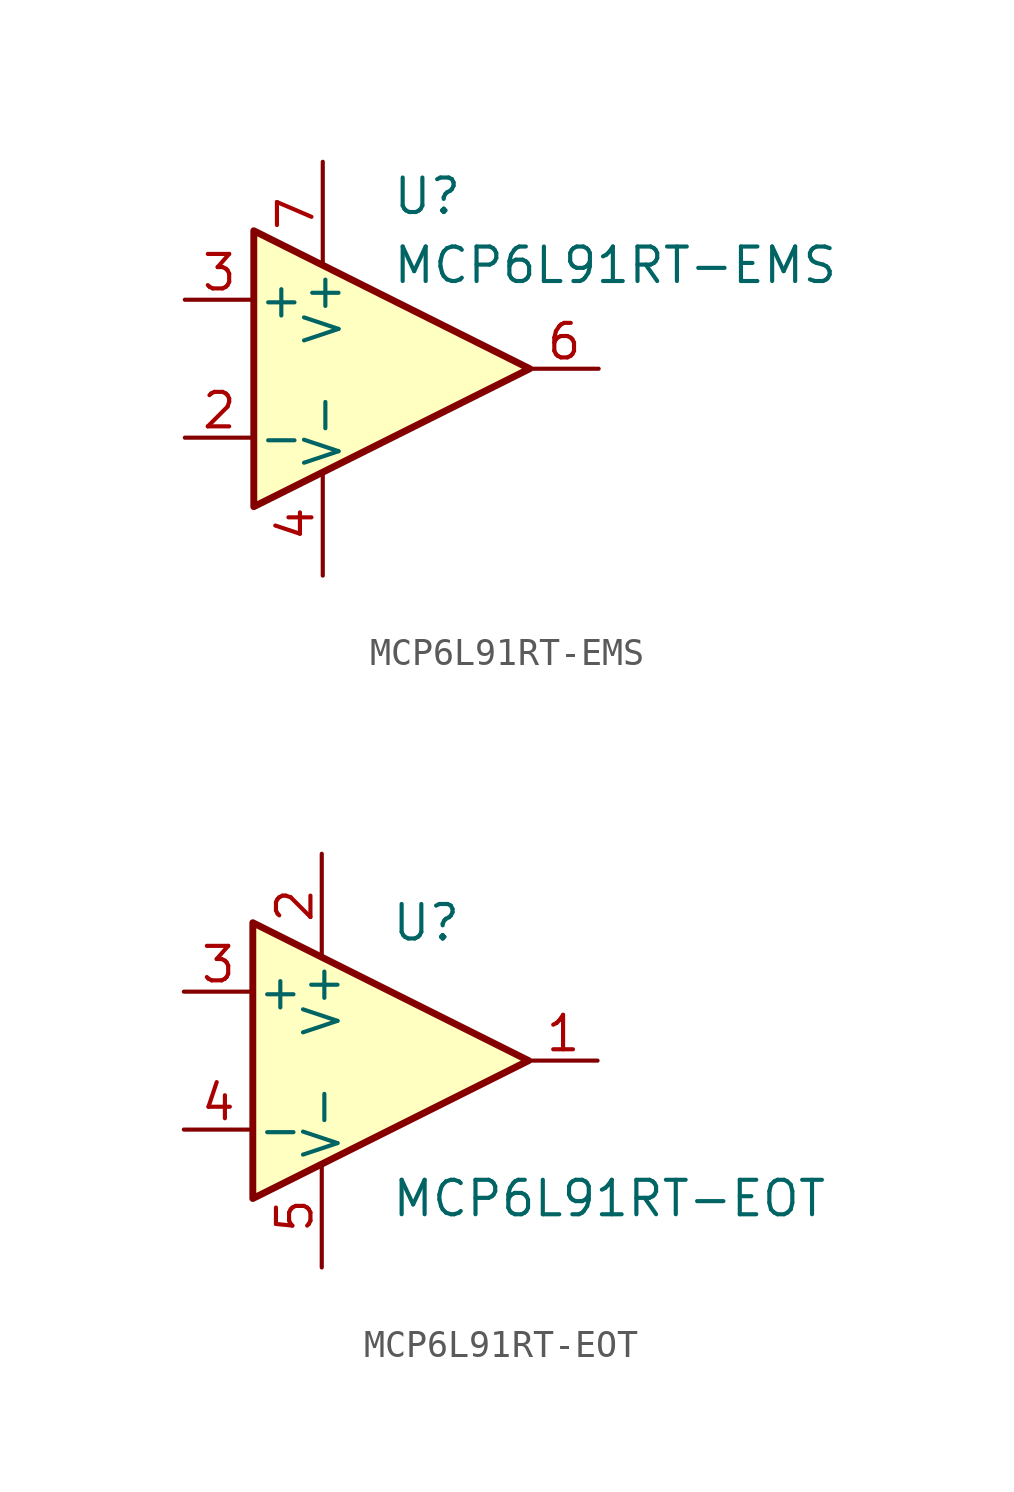
<source format=kicad_sym>
(kicad_symbol_lib
  (version 20241209)
  (generator "kicad_symbol_editor")
  (generator_version "9.0")
  (symbol "MCP6L91RT-EMS"
    (pin_names
      (offset 0.127))
    (property "Reference" "U"
      (at 0 6.35 0)
      (effects (font (size 1.27 1.27)) (justify left)))
    (property "Value" "MCP6L91RT-EMS"
      (at 0 3.81 0)
      (effects (font (size 1.27 1.27)) (justify left)))
    (symbol "MCP6L91RT-EMS_0_1"
      (polyline (pts (xy -5.08 5.08) (xy 5.08 0) (xy -5.08 -5.08) (xy -5.08 5.08)) (stroke (width 0.254) (type default)) (fill (type background))))
    (symbol "MCP6L91RT-EMS_1_1"
      (pin input line (at -7.62 2.54 0) (length 2.54) (name "+" (effects (font (size 1.27 1.27)))) (number "3" (effects (font (size 1.27 1.27)))))
      (pin input line (at -7.62 -2.54 0) (length 2.54) (name "-" (effects (font (size 1.27 1.27)))) (number "2" (effects (font (size 1.27 1.27)))))
      (pin power_in line (at -2.54 7.62 270) (length 3.81) (name "V+" (effects (font (size 1.27 1.27)))) (number "7" (effects (font (size 1.27 1.27)))))
      (pin no_connect line (at -2.54 2.54 270) (length 2.54) (hide yes) (name "NC" (effects (font (size 1.27 1.27)))) (number "1" (effects (font (size 1.27 1.27)))))
      (pin power_in line (at -2.54 -7.62 90) (length 3.81) (name "V-" (effects (font (size 1.27 1.27)))) (number "4" (effects (font (size 1.27 1.27)))))
      (pin no_connect line (at 0 2.54 270) (length 2.54) (hide yes) (name "NC" (effects (font (size 1.27 1.27)))) (number "5" (effects (font (size 1.27 1.27)))))
      (pin no_connect line (at 0 -2.54 90) (length 2.54) (hide yes) (name "NC" (effects (font (size 1.27 1.27)))) (number "8" (effects (font (size 1.27 1.27)))))
      (pin output line (at 7.62 0 180) (length 2.54) (name "~" (effects (font (size 1.27 1.27)))) (number "6" (effects (font (size 1.27 1.27)))))))
  (symbol "MCP6L91RT-EOT"
    (pin_names
      (offset 0.127))
    (property "Reference" "U"
      (at 0 5.08 0)
      (effects (font (size 1.27 1.27)) (justify left)))
    (property "Value" "MCP6L91RT-EOT"
      (at 0 -5.08 0)
      (effects (font (size 1.27 1.27)) (justify left)))
    (symbol "MCP6L91RT-EOT_0_1"
      (polyline (pts (xy -5.08 5.08) (xy 5.08 0) (xy -5.08 -5.08) (xy -5.08 5.08)) (stroke (width 0.254) (type default)) (fill (type background)))
      (pin power_in line (at -2.54 7.62 270) (length 3.81) (name "V+" (effects (font (size 1.27 1.27)))) (number "2" (effects (font (size 1.27 1.27)))))
      (pin power_in line (at -2.54 -7.62 90) (length 3.81) (name "V-" (effects (font (size 1.27 1.27)))) (number "5" (effects (font (size 1.27 1.27))))))
    (symbol "MCP6L91RT-EOT_1_1"
      (pin input line (at -7.62 2.54 0) (length 2.54) (name "+" (effects (font (size 1.27 1.27)))) (number "3" (effects (font (size 1.27 1.27)))))
      (pin input line (at -7.62 -2.54 0) (length 2.54) (name "-" (effects (font (size 1.27 1.27)))) (number "4" (effects (font (size 1.27 1.27)))))
      (pin output line (at 7.62 0 180) (length 2.54) (name "~" (effects (font (size 1.27 1.27)))) (number "1" (effects (font (size 1.27 1.27))))))))
</source>
